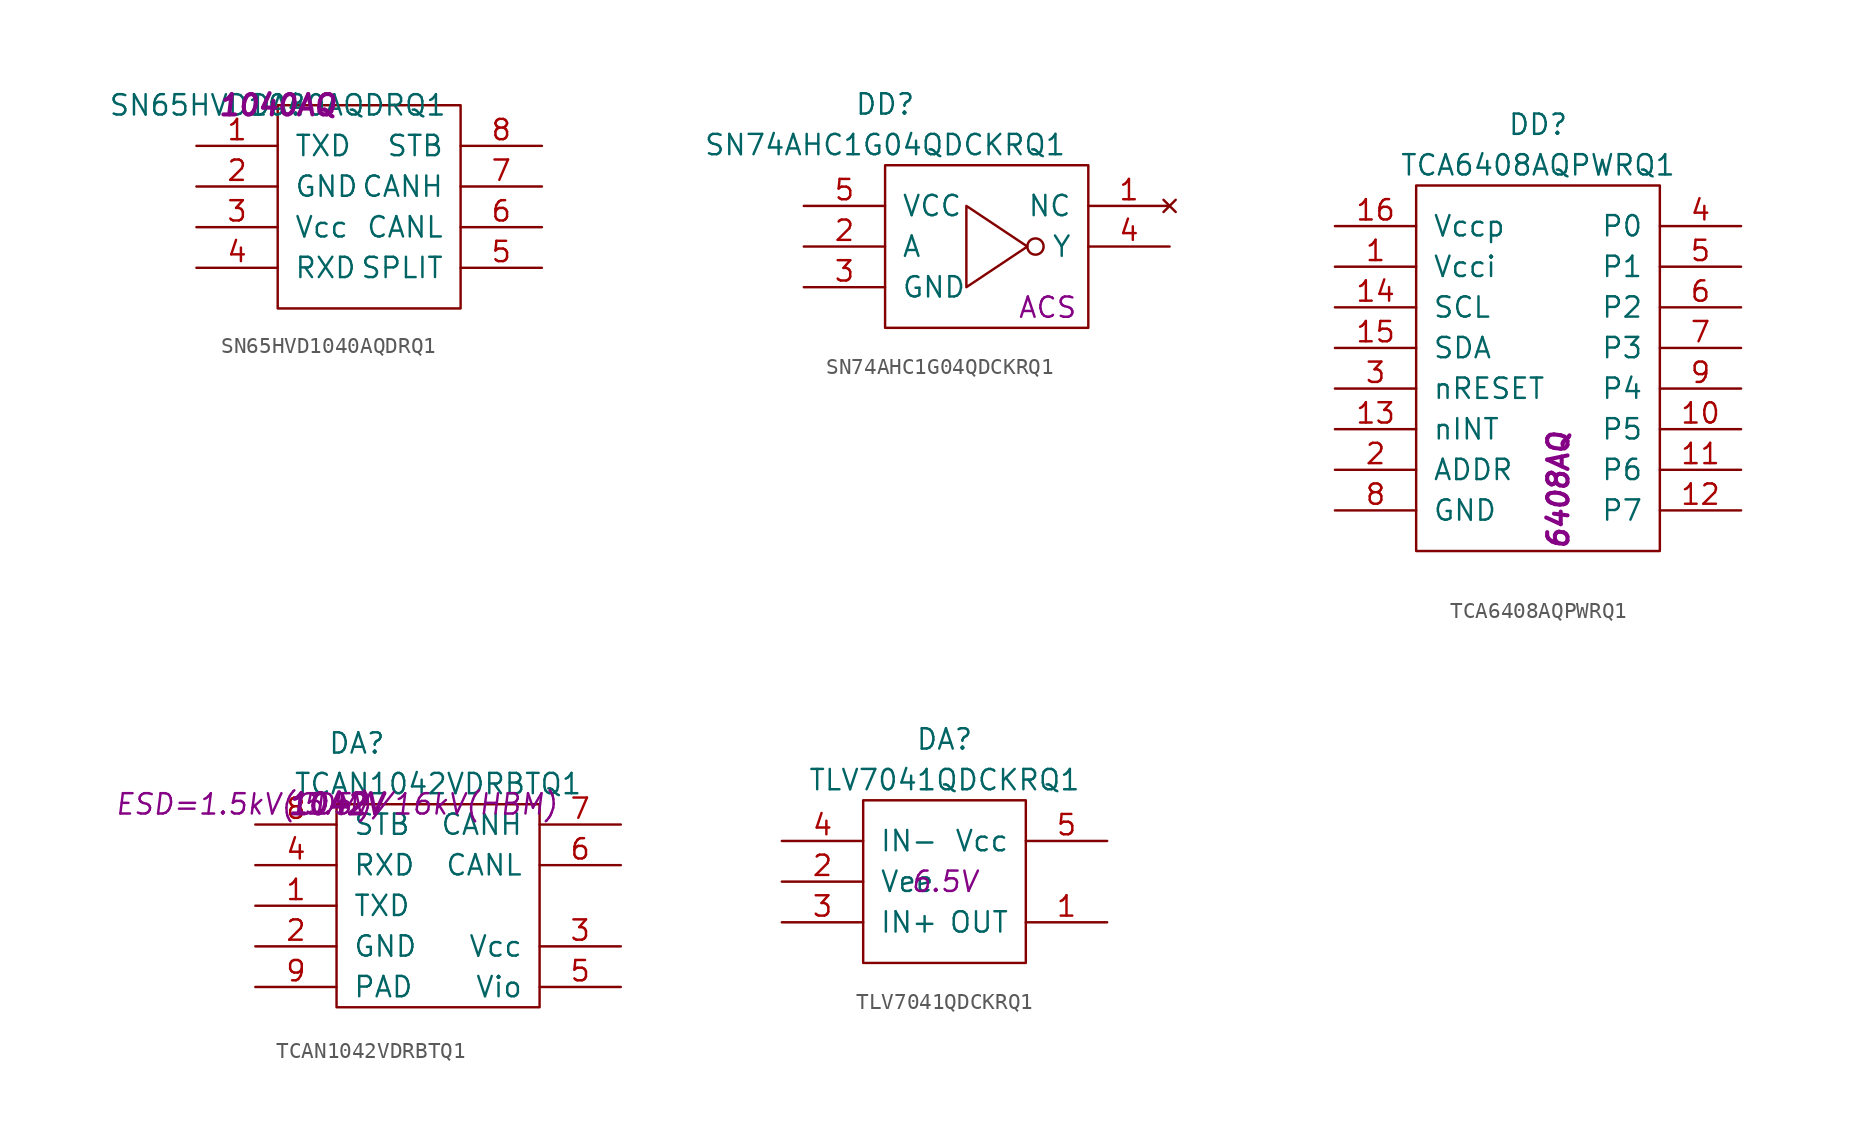
<source format=kicad_sym>
(kicad_symbol_lib
  (version 20211014)
  (generator kicad_symbol_editor)
  (symbol "SN65HVD1040AQDRQ1"
    (pin_names
      (offset 1.016))
    (property "Reference" "DA"
      (at 0 0 0)
      (effects (font (size 1.27 1.27))))
    (property "Value" "SN65HVD1040AQDRQ1"
      (at 0 0 0)
      (effects (font (size 1.27 1.27))))
    (property "Mark" "1040AQ"
      (at 0 0 0)
      (effects (font (size 1.27 1.27) bold italic)))
    (symbol "SN65HVD1040AQDRQ1_0_1"
      (rectangle (start 0 0) (end 11.43 -12.7) (stroke (width 0) (type default) (color 0 0 0 0)) (fill (type none))))
    (symbol "SN65HVD1040AQDRQ1_1_1"
      (pin passive line (at -5.08 -2.54 0) (length 5.08) (name "TXD" (effects (font (size 1.27 1.27)))) (number "1" (effects (font (size 1.27 1.27)))))
      (pin passive line (at -5.08 -5.08 0) (length 5.08) (name "GND" (effects (font (size 1.27 1.27)))) (number "2" (effects (font (size 1.27 1.27)))))
      (pin passive line (at -5.08 -7.62 0) (length 5.08) (name "Vcc" (effects (font (size 1.27 1.27)))) (number "3" (effects (font (size 1.27 1.27)))))
      (pin passive line (at -5.08 -10.16 0) (length 5.08) (name "RXD" (effects (font (size 1.27 1.27)))) (number "4" (effects (font (size 1.27 1.27)))))
      (pin passive line (at 16.51 -10.16 180) (length 5.08) (name "SPLIT" (effects (font (size 1.27 1.27)))) (number "5" (effects (font (size 1.27 1.27)))))
      (pin passive line (at 16.51 -7.62 180) (length 5.08) (name "CANL" (effects (font (size 1.27 1.27)))) (number "6" (effects (font (size 1.27 1.27)))))
      (pin passive line (at 16.51 -5.08 180) (length 5.08) (name "CANH" (effects (font (size 1.27 1.27)))) (number "7" (effects (font (size 1.27 1.27)))))
      (pin passive line (at 16.51 -2.54 180) (length 5.08) (name "STB" (effects (font (size 1.27 1.27)))) (number "8" (effects (font (size 1.27 1.27)))))))
  (symbol "SN74AHC1G04QDCKRQ1"
    (pin_names
      (offset 1.016))
    (property "Reference" "DD"
      (at 0 3.81 0)
      (effects (font (size 1.27 1.27))))
    (property "Value" "SN74AHC1G04QDCKRQ1"
      (at 0 1.27 0)
      (effects (font (size 1.27 1.27))))
    (property "Mark" "ACS"
      (at 10.16 -8.89 0)
      (effects (font (size 1.27 1.27))))
    (symbol "SN74AHC1G04QDCKRQ1_0_1"
      (polyline (pts (xy 5.08 -2.54) (xy 5.08 -7.62) (xy 8.89 -5.08) (xy 5.08 -2.54)) (stroke (width 0) (type default) (color 0 0 0 0)) (fill (type none)))
      (rectangle (start 0 0) (end 12.7 -10.16) (stroke (width 0) (type default) (color 0 0 0 0)) (fill (type none)))
      (circle (center 9.398 -5.08) (radius 0.508) (stroke (width 0) (type default) (color 0 0 0 0)) (fill (type none))))
    (symbol "SN74AHC1G04QDCKRQ1_1_1"
      (pin no_connect line (at 17.78 -2.54 180) (length 5.08) (name "NC" (effects (font (size 1.27 1.27)))) (number "1" (effects (font (size 1.27 1.27)))))
      (pin passive line (at -5.08 -5.08 0) (length 5.08) (name "A" (effects (font (size 1.27 1.27)))) (number "2" (effects (font (size 1.27 1.27)))))
      (pin passive line (at -5.08 -7.62 0) (length 5.08) (name "GND" (effects (font (size 1.27 1.27)))) (number "3" (effects (font (size 1.27 1.27)))))
      (pin passive line (at 17.78 -5.08 180) (length 5.08) (name "Y" (effects (font (size 1.27 1.27)))) (number "4" (effects (font (size 1.27 1.27)))))
      (pin passive line (at -5.08 -2.54 0) (length 5.08) (name "VCC" (effects (font (size 1.27 1.27)))) (number "5" (effects (font (size 1.27 1.27)))))))
  (symbol "TCA6408AQPWRQ1"
    (pin_names
      (offset 1.016))
    (property "Reference" "DD"
      (at 0 3.81 0)
      (effects (font (size 1.27 1.27))))
    (property "Value" "TCA6408AQPWRQ1"
      (at 0 1.27 0)
      (effects (font (size 1.27 1.27))))
    (property "Mark" "6408AQ"
      (at 1.27 -19.05 90)
      (effects (font (size 1.27 1.27) bold italic)))
    (symbol "TCA6408AQPWRQ1_0_1"
      (rectangle (start -7.62 0) (end 7.62 -22.86) (stroke (width 0) (type default) (color 0 0 0 0)) (fill (type none))))
    (symbol "TCA6408AQPWRQ1_1_1"
      (pin passive line (at -12.7 -5.08 0) (length 5.08) (name "Vcci" (effects (font (size 1.27 1.27)))) (number "1" (effects (font (size 1.27 1.27)))))
      (pin passive line (at 12.7 -15.24 180) (length 5.08) (name "P5" (effects (font (size 1.27 1.27)))) (number "10" (effects (font (size 1.27 1.27)))))
      (pin passive line (at 12.7 -17.78 180) (length 5.08) (name "P6" (effects (font (size 1.27 1.27)))) (number "11" (effects (font (size 1.27 1.27)))))
      (pin passive line (at 12.7 -20.32 180) (length 5.08) (name "P7" (effects (font (size 1.27 1.27)))) (number "12" (effects (font (size 1.27 1.27)))))
      (pin passive line (at -12.7 -15.24 0) (length 5.08) (name "nINT" (effects (font (size 1.27 1.27)))) (number "13" (effects (font (size 1.27 1.27)))))
      (pin passive line (at -12.7 -7.62 0) (length 5.08) (name "SCL" (effects (font (size 1.27 1.27)))) (number "14" (effects (font (size 1.27 1.27)))))
      (pin passive line (at -12.7 -10.16 0) (length 5.08) (name "SDA" (effects (font (size 1.27 1.27)))) (number "15" (effects (font (size 1.27 1.27)))))
      (pin passive line (at -12.7 -2.54 0) (length 5.08) (name "Vccp" (effects (font (size 1.27 1.27)))) (number "16" (effects (font (size 1.27 1.27)))))
      (pin passive line (at -12.7 -17.78 0) (length 5.08) (name "ADDR" (effects (font (size 1.27 1.27)))) (number "2" (effects (font (size 1.27 1.27)))))
      (pin passive line (at -12.7 -12.7 0) (length 5.08) (name "nRESET" (effects (font (size 1.27 1.27)))) (number "3" (effects (font (size 1.27 1.27)))))
      (pin passive line (at 12.7 -2.54 180) (length 5.08) (name "P0" (effects (font (size 1.27 1.27)))) (number "4" (effects (font (size 1.27 1.27)))))
      (pin passive line (at 12.7 -5.08 180) (length 5.08) (name "P1" (effects (font (size 1.27 1.27)))) (number "5" (effects (font (size 1.27 1.27)))))
      (pin passive line (at 12.7 -7.62 180) (length 5.08) (name "P2" (effects (font (size 1.27 1.27)))) (number "6" (effects (font (size 1.27 1.27)))))
      (pin passive line (at 12.7 -10.16 180) (length 5.08) (name "P3" (effects (font (size 1.27 1.27)))) (number "7" (effects (font (size 1.27 1.27)))))
      (pin passive line (at -12.7 -20.32 0) (length 5.08) (name "GND" (effects (font (size 1.27 1.27)))) (number "8" (effects (font (size 1.27 1.27)))))
      (pin passive line (at 12.7 -12.7 180) (length 5.08) (name "P4" (effects (font (size 1.27 1.27)))) (number "9" (effects (font (size 1.27 1.27)))))))
  (symbol "TCAN1042VDRBTQ1"
    (pin_names
      (offset 1.016))
    (property "Reference" "DA"
      (at 1.27 3.81 0)
      (effects (font (size 1.27 1.27))))
    (property "Value" "TCAN1042VDRBTQ1"
      (at 6.35 1.27 0)
      (effects (font (size 1.27 1.27))))
    (property "Mark" "1042V"
      (at 0 0 0)
      (effects (font (size 1.27 1.27) bold italic)))
    (property "Vmax" "5.5V"
      (at 0 0 0)
      (effects (font (size 1.27 1.27) italic)))
    (property "ESD" "ESD=1.5kV(CDM)/16kV(HBM)"
      (at 0 0 0)
      (effects (font (size 1.27 1.27) italic)))
    (symbol "TCAN1042VDRBTQ1_0_1"
      (rectangle (start 0 0) (end 12.7 -12.7) (stroke (width 0) (type default) (color 0 0 0 0)) (fill (type none))))
    (symbol "TCAN1042VDRBTQ1_1_1"
      (pin passive line (at -5.08 -6.35 0) (length 5.08) (name "TXD" (effects (font (size 1.27 1.27)))) (number "1" (effects (font (size 1.27 1.27)))))
      (pin passive line (at -5.08 -8.89 0) (length 5.08) (name "GND" (effects (font (size 1.27 1.27)))) (number "2" (effects (font (size 1.27 1.27)))))
      (pin passive line (at 17.78 -8.89 180) (length 5.08) (name "Vcc" (effects (font (size 1.27 1.27)))) (number "3" (effects (font (size 1.27 1.27)))))
      (pin passive line (at -5.08 -3.81 0) (length 5.08) (name "RXD" (effects (font (size 1.27 1.27)))) (number "4" (effects (font (size 1.27 1.27)))))
      (pin passive line (at 17.78 -11.43 180) (length 5.08) (name "Vio" (effects (font (size 1.27 1.27)))) (number "5" (effects (font (size 1.27 1.27)))))
      (pin passive line (at 17.78 -3.81 180) (length 5.08) (name "CANL" (effects (font (size 1.27 1.27)))) (number "6" (effects (font (size 1.27 1.27)))))
      (pin passive line (at 17.78 -1.27 180) (length 5.08) (name "CANH" (effects (font (size 1.27 1.27)))) (number "7" (effects (font (size 1.27 1.27)))))
      (pin passive line (at -5.08 -1.27 0) (length 5.08) (name "STB" (effects (font (size 1.27 1.27)))) (number "8" (effects (font (size 1.27 1.27)))))
      (pin passive line (at -5.08 -11.43 0) (length 5.08) (name "PAD" (effects (font (size 1.27 1.27)))) (number "9" (effects (font (size 1.27 1.27)))))))
  (symbol "TLV7041QDCKRQ1"
    (pin_names
      (offset 1.016))
    (property "Reference" "DA"
      (at 0 8.89 0)
      (effects (font (size 1.27 1.27))))
    (property "Value" "TLV7041QDCKRQ1"
      (at 0 6.35 0)
      (effects (font (size 1.27 1.27))))
    (property "Vmax" "6.5V"
      (at 0 0 0)
      (effects (font (size 1.27 1.27) italic)))
    (symbol "TLV7041QDCKRQ1_0_1"
      (rectangle (start -5.08 5.08) (end 5.08 -5.08) (stroke (width 0) (type default) (color 0 0 0 0)) (fill (type none))))
    (symbol "TLV7041QDCKRQ1_1_1"
      (pin passive line (at 10.16 -2.54 180) (length 5.08) (name "OUT" (effects (font (size 1.27 1.27)))) (number "1" (effects (font (size 1.27 1.27)))))
      (pin passive line (at -10.16 0 0) (length 5.08) (name "Vee" (effects (font (size 1.27 1.27)))) (number "2" (effects (font (size 1.27 1.27)))))
      (pin passive line (at -10.16 -2.54 0) (length 5.08) (name "IN+" (effects (font (size 1.27 1.27)))) (number "3" (effects (font (size 1.27 1.27)))))
      (pin passive line (at -10.16 2.54 0) (length 5.08) (name "IN-" (effects (font (size 1.27 1.27)))) (number "4" (effects (font (size 1.27 1.27)))))
      (pin passive line (at 10.16 2.54 180) (length 5.08) (name "Vcc" (effects (font (size 1.27 1.27)))) (number "5" (effects (font (size 1.27 1.27))))))))
</source>
